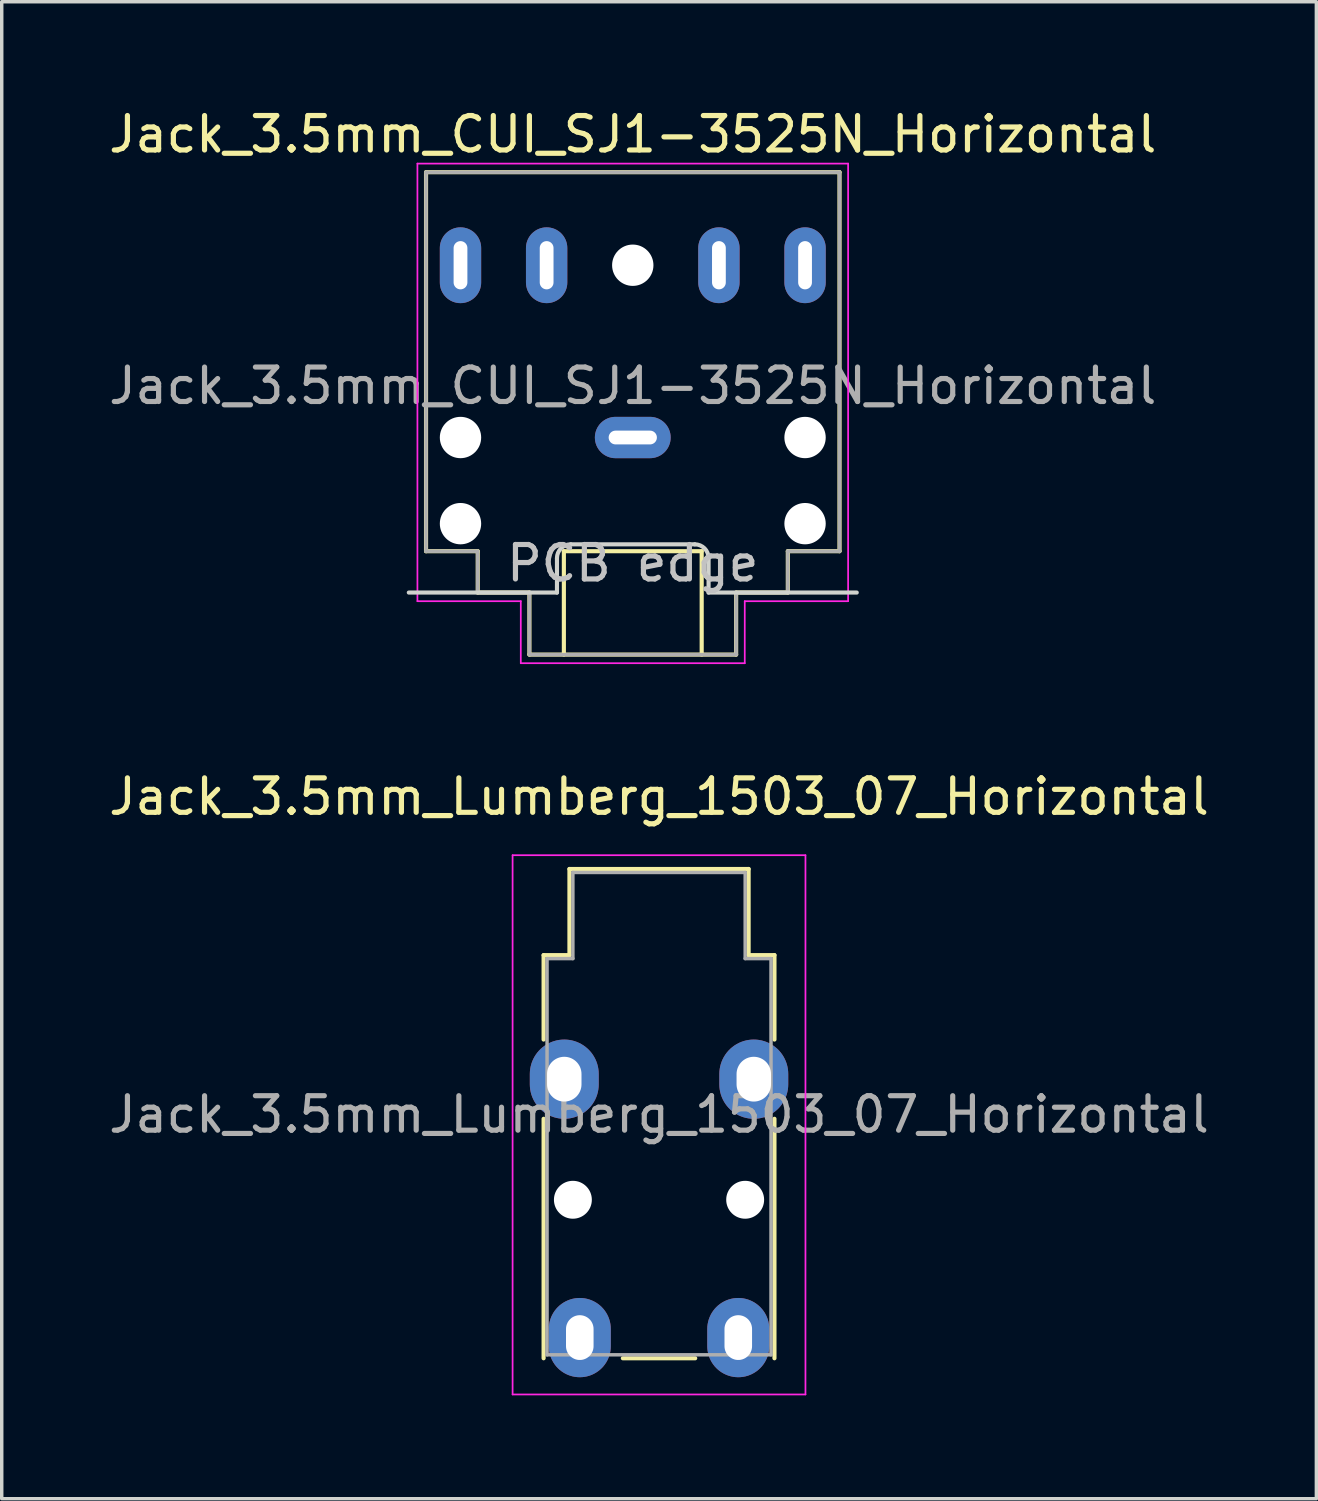
<source format=kicad_pcb>
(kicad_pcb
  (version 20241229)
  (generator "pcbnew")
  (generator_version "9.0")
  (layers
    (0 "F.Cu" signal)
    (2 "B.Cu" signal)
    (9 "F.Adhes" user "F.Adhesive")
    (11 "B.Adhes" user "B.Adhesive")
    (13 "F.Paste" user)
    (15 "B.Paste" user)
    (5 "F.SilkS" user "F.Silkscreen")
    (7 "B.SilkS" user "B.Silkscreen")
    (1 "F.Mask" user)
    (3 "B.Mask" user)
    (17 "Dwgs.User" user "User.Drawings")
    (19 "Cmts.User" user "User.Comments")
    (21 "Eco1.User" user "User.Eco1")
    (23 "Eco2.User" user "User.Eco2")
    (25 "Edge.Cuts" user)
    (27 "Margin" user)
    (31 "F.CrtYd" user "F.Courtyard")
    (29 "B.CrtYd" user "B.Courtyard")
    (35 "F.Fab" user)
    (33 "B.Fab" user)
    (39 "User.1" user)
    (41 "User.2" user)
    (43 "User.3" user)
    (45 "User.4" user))
  (footprint "Jack_3.5mm_CUI_SJ1-3525N_Horizontal"
    (layer "F.Cu")
    (at 15.315 9.648)
    (property "Reference" "Jack_3.5mm_CUI_SJ1-3525N_Horizontal" (at 0 -8.8 0) (layer "F.SilkS") (effects (font (size 1 1) (thickness 0.15))))
    (attr through_hole exclude_from_pos_files exclude_from_bom)
    (fp_line (start -6 -7.7) (end 6 -7.7) (stroke (width 0.12) (type solid)) (layer "F.SilkS"))
    (fp_line (start -6 3.3) (end -6 -7.7) (stroke (width 0.12) (type solid)) (layer "F.SilkS"))
    (fp_line (start -4.5 3.3) (end -6 3.3) (stroke (width 0.12) (type solid)) (layer "F.SilkS"))
    (fp_line (start -4.5 4.5) (end -4.5 3.3) (stroke (width 0.12) (type solid)) (layer "F.SilkS"))
    (fp_line (start -3 4.5) (end -4.5 4.5) (stroke (width 0.12) (type solid)) (layer "F.SilkS"))
    (fp_line (start -3 6.3) (end -3 4.5) (stroke (width 0.12) (type solid)) (layer "F.SilkS"))
    (fp_line (start -2 3.3) (end -2 6.3) (stroke (width 0.12) (type solid)) (layer "F.SilkS"))
    (fp_line (start 2 3.3) (end -2 3.3) (stroke (width 0.12) (type solid)) (layer "F.SilkS"))
    (fp_line (start 2 6.3) (end 2 3.3) (stroke (width 0.12) (type solid)) (layer "F.SilkS"))
    (fp_line (start 3 4.5) (end 3 6.3) (stroke (width 0.12) (type solid)) (layer "F.SilkS"))
    (fp_line (start 3 6.3) (end -3 6.3) (stroke (width 0.12) (type solid)) (layer "F.SilkS"))
    (fp_line (start 4.5 3.3) (end 4.5 4.5) (stroke (width 0.12) (type solid)) (layer "F.SilkS"))
    (fp_line (start 4.5 4.5) (end 3 4.5) (stroke (width 0.12) (type solid)) (layer "F.SilkS"))
    (fp_line (start 6 -7.7) (end 6 3.3) (stroke (width 0.12) (type solid)) (layer "F.SilkS"))
    (fp_line (start 6 3.3) (end 4.5 3.3) (stroke (width 0.12) (type solid)) (layer "F.SilkS"))
    (fp_line (start -2.2 3.5) (end -2.2 4.5) (stroke (width 0.12) (type solid)) (layer "Edge.Cuts"))
    (fp_line (start -2.2 4.5) (end -6.5 4.5) (stroke (width 0.12) (type solid)) (layer "Edge.Cuts"))
    (fp_line (start 1.8 3.1) (end -1.8 3.1) (stroke (width 0.12) (type solid)) (layer "Edge.Cuts"))
    (fp_line (start 2.2 3.5) (end 2.2 4.5) (stroke (width 0.12) (type solid)) (layer "Edge.Cuts"))
    (fp_line (start 2.2 4.5) (end 6.5 4.5) (stroke (width 0.12) (type solid)) (layer "Edge.Cuts"))
    (fp_arc (start -2.2 3.5) (mid -2.082842 3.217158) (end -1.8 3.1) (stroke (width 0.12) (type solid)) (layer "Edge.Cuts"))
    (fp_arc (start 1.8 3.1) (mid 2.082843 3.217157) (end 2.2 3.5) (stroke (width 0.12) (type solid)) (layer "Edge.Cuts"))
    (fp_line (start -6.25 -7.95) (end -6.25 4.75) (stroke (width 0.05) (type solid)) (layer "F.CrtYd"))
    (fp_line (start -6.25 4.75) (end -3.25 4.75) (stroke (width 0.05) (type solid)) (layer "F.CrtYd"))
    (fp_line (start -3.25 4.75) (end -3.25 6.55) (stroke (width 0.05) (type solid)) (layer "F.CrtYd"))
    (fp_line (start -3.25 6.55) (end 3.25 6.55) (stroke (width 0.05) (type solid)) (layer "F.CrtYd"))
    (fp_line (start 3.25 4.75) (end 6.25 4.75) (stroke (width 0.05) (type solid)) (layer "F.CrtYd"))
    (fp_line (start 3.25 6.55) (end 3.25 4.75) (stroke (width 0.05) (type solid)) (layer "F.CrtYd"))
    (fp_line (start 6.25 -7.95) (end -6.25 -7.95) (stroke (width 0.05) (type solid)) (layer "F.CrtYd"))
    (fp_line (start 6.25 4.5) (end 6.25 -7.95) (stroke (width 0.05) (type solid)) (layer "F.CrtYd"))
    (fp_line (start 6.25 4.75) (end 6.25 4.5) (stroke (width 0.05) (type solid)) (layer "F.CrtYd"))
    (fp_line (start -6 -7.7) (end 6 -7.7) (stroke (width 0.1) (type solid)) (layer "F.Fab"))
    (fp_line (start -6 3.3) (end -6 -7.7) (stroke (width 0.1) (type solid)) (layer "F.Fab"))
    (fp_line (start -4.5 3.3) (end -6 3.3) (stroke (width 0.1) (type solid)) (layer "F.Fab"))
    (fp_line (start -4.5 4.5) (end -4.5 3.3) (stroke (width 0.1) (type solid)) (layer "F.Fab"))
    (fp_line (start -4.5 4.5) (end -3 4.5) (stroke (width 0.1) (type solid)) (layer "F.Fab"))
    (fp_line (start -3 4.5) (end -3 6.3) (stroke (width 0.1) (type solid)) (layer "F.Fab"))
    (fp_line (start -3 6.3) (end 3 6.3) (stroke (width 0.1) (type solid)) (layer "F.Fab"))
    (fp_line (start 3 4.5) (end 3 6.3) (stroke (width 0.1) (type solid)) (layer "F.Fab"))
    (fp_line (start 4.5 3.3) (end 6 3.3) (stroke (width 0.1) (type solid)) (layer "F.Fab"))
    (fp_line (start 4.5 4.5) (end 3 4.5) (stroke (width 0.1) (type solid)) (layer "F.Fab"))
    (fp_line (start 4.5 4.5) (end 4.5 3.3) (stroke (width 0.1) (type solid)) (layer "F.Fab"))
    (fp_line (start 6 3.3) (end 6 -7.7) (stroke (width 0.1) (type solid)) (layer "F.Fab"))
    (fp_text user "PCB edge" (at 0 3.65 0) (unlocked yes) (layer "Dwgs.User") (effects (font (size 1 1) (thickness 0.15))))
    (fp_text user "${REFERENCE}" (at 0 -1.5 0) (layer "F.Fab") (effects (font (size 1 1) (thickness 0.15))))
    (pad "" np_thru_hole circle (at -5 0) (size 1.2 1.2) (drill 1.2) (layers "*.Cu"))
    (pad "" np_thru_hole circle (at -5 2.5) (size 1.2 1.2) (drill 1.2) (layers "*.Cu"))
    (pad "" np_thru_hole circle (at 0 -5) (size 1.2 1.2) (drill 1.2) (layers "*.Cu"))
    (pad "" np_thru_hole circle (at 5 0) (size 1.2 1.2) (drill 1.2) (layers "*.Cu"))
    (pad "" np_thru_hole circle (at 5 2.5) (size 1.2 1.2) (drill 1.2) (layers "*.Cu"))
    (pad "R" thru_hole oval (at -5 -5) (size 1.2 2.2) (drill oval 0.4 1.4) (layers "*.Cu" "*.Mask"))
    (pad "RN" thru_hole oval (at -2.5 -5) (size 1.2 2.2) (drill oval 0.4 1.4) (layers "*.Cu" "*.Mask"))
    (pad "S" thru_hole oval (at 0 0) (size 2.2 1.2) (drill oval 1.4 0.4) (layers "*.Cu" "*.Mask"))
    (pad "T" thru_hole oval (at 5 -5 180) (size 1.2 2.2) (drill oval 0.4 1.4) (layers "*.Cu" "*.Mask"))
    (pad "TN" thru_hole oval (at 2.5 -5 180) (size 1.2 2.2) (drill oval 0.4 1.4) (layers "*.Cu" "*.Mask")))
  (footprint "Jack_3.5mm_Lumberg_1503_07_Horizontal"
    (layer "F.Cu")
    (at 13.327 28.271)
    (property "Reference" "Jack_3.5mm_Lumberg_1503_07_Horizontal" (at 2.75 -8.2 0) (unlocked yes) (layer "F.SilkS") (effects (font (size 1 1) (thickness 0.15))))
    (attr through_hole)
    (fp_line (start -0.6 -3.6) (end -0.6 -1.15) (stroke (width 0.12) (type solid)) (layer "F.SilkS"))
    (fp_line (start -0.6 1.15) (end -0.6 8.1) (stroke (width 0.12) (type solid)) (layer "F.SilkS"))
    (fp_line (start 0.15 -6.1) (end 0.15 -3.6) (stroke (width 0.12) (type solid)) (layer "F.SilkS"))
    (fp_line (start 0.15 -6.1) (end 5.35 -6.1) (stroke (width 0.12) (type solid)) (layer "F.SilkS"))
    (fp_line (start 0.15 -3.6) (end -0.6 -3.6) (stroke (width 0.12) (type solid)) (layer "F.SilkS"))
    (fp_line (start 1.7 8.1) (end 3.8 8.1) (stroke (width 0.12) (type solid)) (layer "F.SilkS"))
    (fp_line (start 5.35 -6.1) (end 5.35 -3.6) (stroke (width 0.12) (type solid)) (layer "F.SilkS"))
    (fp_line (start 5.35 -3.6) (end 6.1 -3.6) (stroke (width 0.12) (type solid)) (layer "F.SilkS"))
    (fp_line (start 6.1 -3.6) (end 6.1 -1.15) (stroke (width 0.12) (type solid)) (layer "F.SilkS"))
    (fp_line (start 6.1 1.15) (end 6.1 8.1) (stroke (width 0.12) (type solid)) (layer "F.SilkS"))
    (fp_line (start -1.5 -6.5) (end 7 -6.5) (stroke (width 0.05) (type solid)) (layer "F.CrtYd"))
    (fp_line (start -1.5 9.15) (end -1.5 -6.5) (stroke (width 0.05) (type solid)) (layer "F.CrtYd"))
    (fp_line (start -1.5 9.15) (end 7 9.15) (stroke (width 0.05) (type solid)) (layer "F.CrtYd"))
    (fp_line (start 7 -6.5) (end 7 9.15) (stroke (width 0.05) (type solid)) (layer "F.CrtYd"))
    (fp_line (start -0.5 -3.5) (end 0.25 -3.5) (stroke (width 0.1) (type solid)) (layer "F.Fab"))
    (fp_line (start -0.5 8) (end -0.5 -3.5) (stroke (width 0.1) (type solid)) (layer "F.Fab"))
    (fp_line (start -0.5 8) (end 6 8) (stroke (width 0.1) (type solid)) (layer "F.Fab"))
    (fp_line (start 0.25 -6) (end 0.25 -3.5) (stroke (width 0.1) (type solid)) (layer "F.Fab"))
    (fp_line (start 0.25 -6) (end 5.25 -6) (stroke (width 0.1) (type solid)) (layer "F.Fab"))
    (fp_line (start 5.25 -3.5) (end 5.25 -6) (stroke (width 0.1) (type solid)) (layer "F.Fab"))
    (fp_line (start 5.25 -3.5) (end 6 -3.5) (stroke (width 0.1) (type solid)) (layer "F.Fab"))
    (fp_line (start 6 -3.5) (end 6 8) (stroke (width 0.1) (type solid)) (layer "F.Fab"))
    (fp_text user "${REFERENCE}" (at 2.75 1.025 0) (unlocked yes) (layer "F.Fab") (effects (font (size 1 1) (thickness 0.15))))
    (pad "" np_thru_hole circle (at 0.25 3.5) (size 1.1 1.1) (drill 1.1) (layers "*.Cu" "*.Mask"))
    (pad "" np_thru_hole circle (at 5.25 3.5) (size 1.1 1.1) (drill 1.1) (layers "*.Cu" "*.Mask"))
    (pad "R" thru_hole oval (at 5.05 7.5) (size 1.8 2.3) (drill oval 0.8 1.3) (layers "*.Cu" "*.Mask"))
    (pad "S" thru_hole oval (at 0.45 7.5) (size 1.8 2.3) (drill oval 0.8 1.3) (layers "*.Cu" "*.Mask"))
    (pad "T" thru_hole oval (at 0 0) (size 2 2.3) (drill oval 1 1.3) (layers "*.Cu" "*.Mask"))
    (pad "T" thru_hole oval (at 5.5 0) (size 2 2.3) (drill oval 1 1.3) (layers "*.Cu" "*.Mask")))
  (gr_rect
    (start -3 -3)
    (end 35.155 40.447)
    (stroke (width 0.1) (type default))
    (fill no)
    (layer "Edge.Cuts")))
</source>
